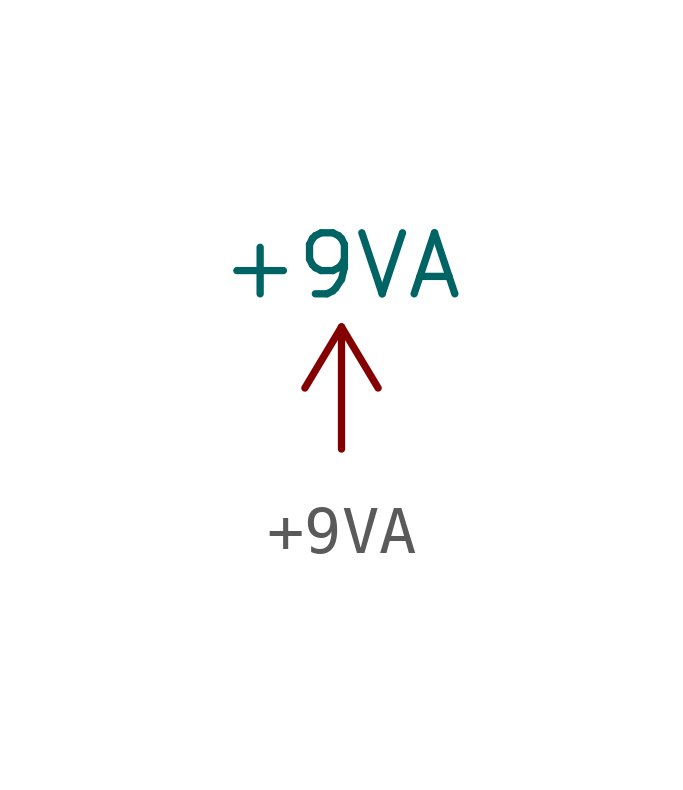
<source format=kicad_sym>
(kicad_symbol_lib
  (version 20211014)
  (generator kicad_symbol_editor)
  (symbol "power1:+9VA"
    (power)
    (pin_names
      (offset 0))
    (property "Reference" "#PWR"
      (at 0 -3.175 0)
      (effects (font (size 1.27 1.27)) hide))
    (property "Value" "+9VA"
      (at 0 3.81 0)
      (effects (font (size 1.27 1.27))))
    (symbol "+9VA_0_1"
      (polyline (pts (xy -0.762 1.27) (xy 0 2.54)) (stroke (width 0) (type default) (color 0 0 0 0)) (fill (type none)))
      (polyline (pts (xy 0 0) (xy 0 2.54)) (stroke (width 0) (type default) (color 0 0 0 0)) (fill (type none)))
      (polyline (pts (xy 0 2.54) (xy 0.762 1.27)) (stroke (width 0) (type default) (color 0 0 0 0)) (fill (type none))))
    (symbol "+9VA_1_1"
      (pin power_in line (at 0 0 90) (length 0) hide (name "+9VA" (effects (font (size 1.27 1.27)))) (number "1" (effects (font (size 1.27 1.27))))))))
</source>
